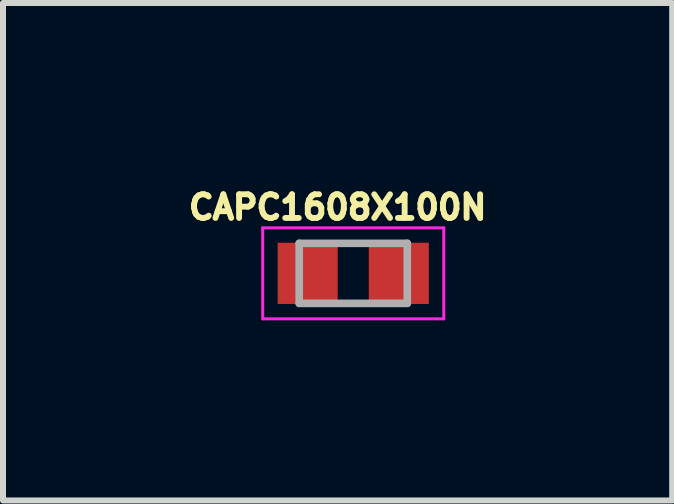
<source format=kicad_pcb>
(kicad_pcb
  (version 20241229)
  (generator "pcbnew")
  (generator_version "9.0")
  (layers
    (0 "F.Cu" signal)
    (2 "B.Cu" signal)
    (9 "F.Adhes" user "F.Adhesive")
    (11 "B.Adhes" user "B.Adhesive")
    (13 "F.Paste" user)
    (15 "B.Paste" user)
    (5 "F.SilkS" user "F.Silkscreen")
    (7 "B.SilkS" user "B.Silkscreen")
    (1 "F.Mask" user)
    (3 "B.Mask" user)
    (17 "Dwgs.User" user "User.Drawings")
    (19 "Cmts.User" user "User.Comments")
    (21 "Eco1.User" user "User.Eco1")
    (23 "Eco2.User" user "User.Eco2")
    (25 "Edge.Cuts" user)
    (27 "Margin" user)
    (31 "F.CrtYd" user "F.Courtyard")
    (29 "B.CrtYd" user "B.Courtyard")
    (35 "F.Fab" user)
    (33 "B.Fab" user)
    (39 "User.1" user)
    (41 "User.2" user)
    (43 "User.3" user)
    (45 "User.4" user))
  (footprint "CAPC1608X100N"
    (layer "F.Cu")
    (at 2.834 1.503)
    (property "Reference" "CAPC1608X100N" (at -0.26 -1.1 0) (layer "F.SilkS") (effects (font (size 0.394 0.394) (thickness 0.098))))
    (attr smd)
    (fp_line (start -1.508 -0.758) (end 1.508 -0.758) (stroke (width 0.05) (type solid)) (layer "F.CrtYd"))
    (fp_line (start -1.508 0.758) (end -1.508 -0.758) (stroke (width 0.05) (type solid)) (layer "F.CrtYd"))
    (fp_line (start -1.508 0.758) (end 1.508 0.758) (stroke (width 0.05) (type solid)) (layer "F.CrtYd"))
    (fp_line (start 1.508 0.758) (end 1.508 -0.758) (stroke (width 0.05) (type solid)) (layer "F.CrtYd"))
    (fp_line (start -0.9 0.5) (end -0.9 -0.5) (stroke (width 0.127) (type solid)) (layer "F.Fab"))
    (fp_line (start 0.9 -0.5) (end -0.9 -0.5) (stroke (width 0.127) (type solid)) (layer "F.Fab"))
    (fp_line (start 0.9 0.5) (end -0.9 0.5) (stroke (width 0.127) (type solid)) (layer "F.Fab"))
    (fp_line (start 0.9 0.5) (end 0.9 -0.5) (stroke (width 0.127) (type solid)) (layer "F.Fab"))
    (pad "1" smd rect (at -0.759 0) (size 1 1.02) (layers "F.Cu" "F.Mask" "F.Paste"))
    (pad "2" smd rect (at 0.759 0) (size 1 1.02) (layers "F.Cu" "F.Mask" "F.Paste")))
  (gr_rect
    (start -3 -3)
    (end 8.147 5.286)
    (stroke (width 0.1) (type default))
    (fill no)
    (layer "Edge.Cuts")))
</source>
